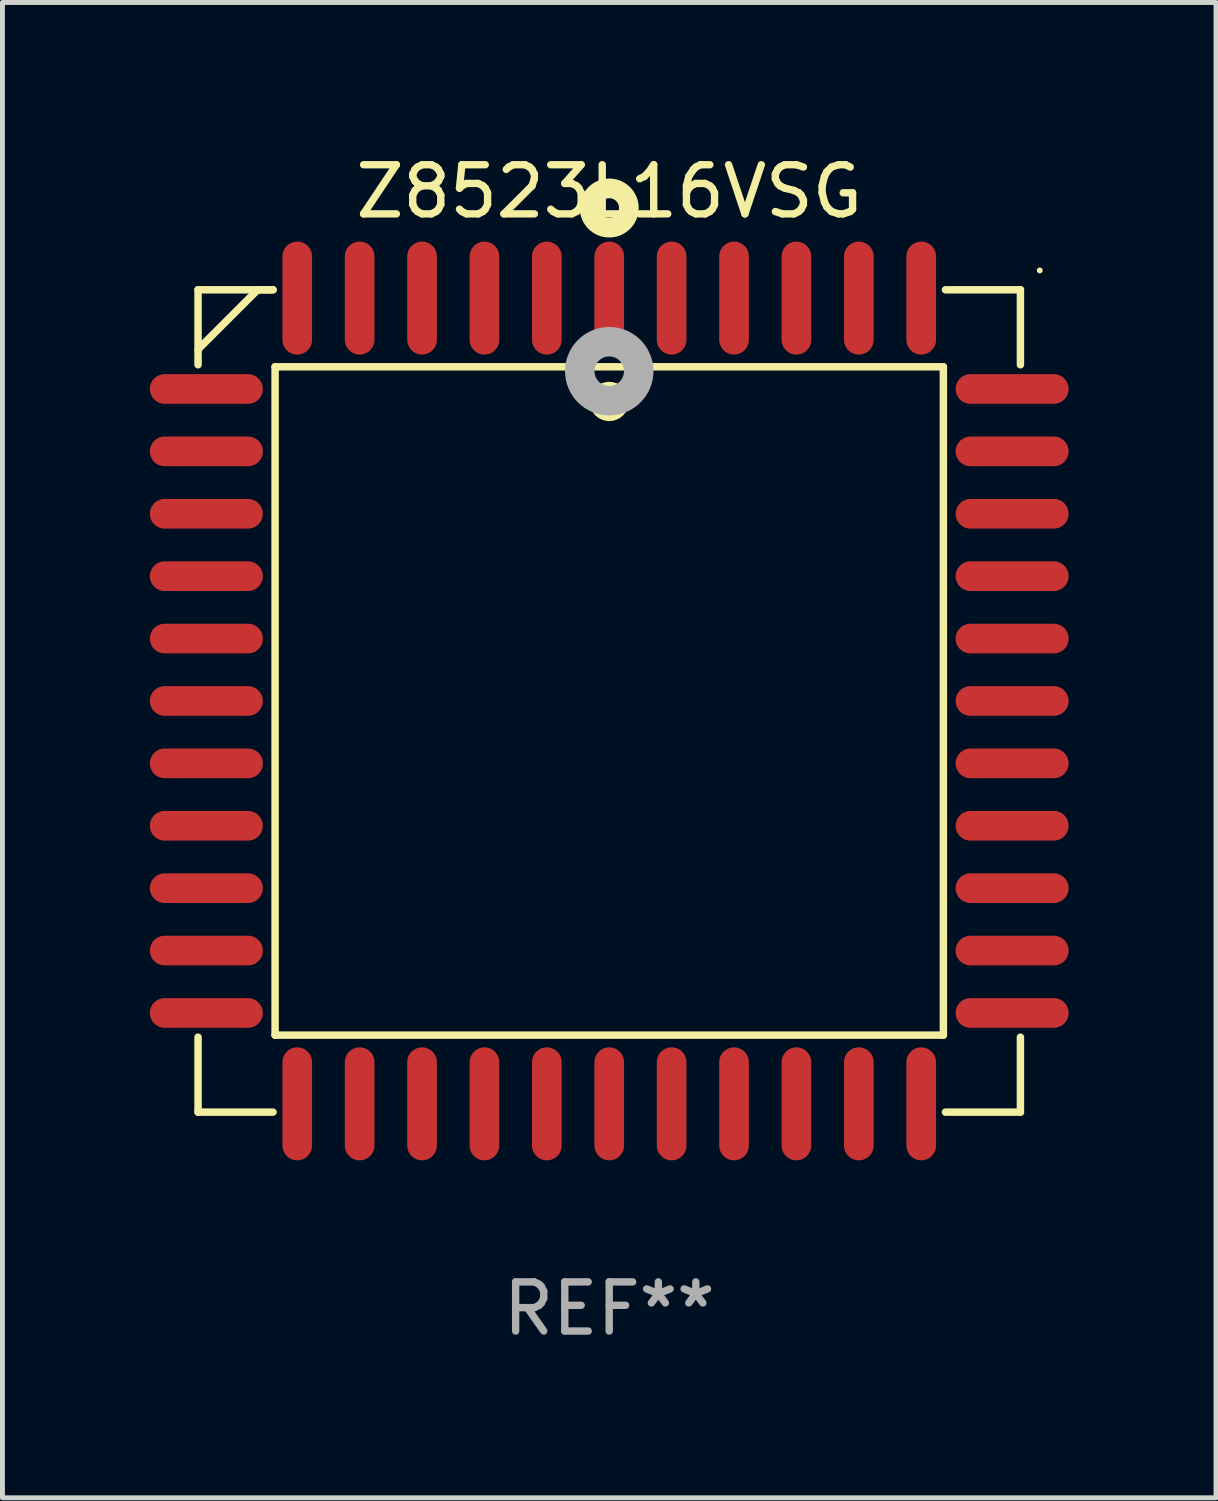
<source format=kicad_pcb>
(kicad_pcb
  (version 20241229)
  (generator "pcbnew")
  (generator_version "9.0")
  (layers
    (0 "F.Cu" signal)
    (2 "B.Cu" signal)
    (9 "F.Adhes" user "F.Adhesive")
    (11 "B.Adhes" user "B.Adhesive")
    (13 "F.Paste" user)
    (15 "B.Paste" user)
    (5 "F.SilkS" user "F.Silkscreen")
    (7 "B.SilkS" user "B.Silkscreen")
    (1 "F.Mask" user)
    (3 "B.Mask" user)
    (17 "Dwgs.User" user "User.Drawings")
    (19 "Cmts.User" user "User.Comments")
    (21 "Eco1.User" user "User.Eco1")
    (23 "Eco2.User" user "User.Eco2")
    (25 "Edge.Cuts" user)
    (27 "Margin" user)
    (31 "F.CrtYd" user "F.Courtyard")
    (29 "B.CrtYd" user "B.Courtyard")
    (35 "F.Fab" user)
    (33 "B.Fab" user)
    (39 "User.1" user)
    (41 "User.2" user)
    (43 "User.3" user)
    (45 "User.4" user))
  (footprint "Z8523L16VSG"
    (layer "F.Cu")
    (at 9.35 11.217)
    (property "Reference" "Z8523L16VSG" (at 0 -10.369 0) (layer "F.SilkS") (effects (font (size 1 1) (thickness 0.15))))
    (attr through_hole)
    (fp_line (start -8.369 -8.369) (end -8.369 -6.843) (stroke (width 0.152) (type solid)) (layer "F.SilkS"))
    (fp_line (start -8.369 8.369) (end -8.369 6.843) (stroke (width 0.152) (type solid)) (layer "F.SilkS"))
    (fp_line (start -7.156 -8.369) (end -8.369 -7.156) (stroke (width 0.152) (type solid)) (layer "F.SilkS"))
    (fp_line (start -6.843 -8.369) (end -8.369 -8.369) (stroke (width 0.152) (type solid)) (layer "F.SilkS"))
    (fp_line (start -6.843 -8.369) (end -7.156 -8.369) (stroke (width 0.152) (type solid)) (layer "F.SilkS"))
    (fp_line (start -6.843 8.369) (end -8.369 8.369) (stroke (width 0.152) (type solid)) (layer "F.SilkS"))
    (fp_line (start -6.801 -6.801) (end 6.801 -6.801) (stroke (width 0.152) (type solid)) (layer "F.SilkS"))
    (fp_line (start -6.801 6.801) (end -6.801 -6.801) (stroke (width 0.152) (type solid)) (layer "F.SilkS"))
    (fp_line (start 6.801 -6.801) (end 6.801 6.801) (stroke (width 0.152) (type solid)) (layer "F.SilkS"))
    (fp_line (start 6.801 6.801) (end -6.801 6.801) (stroke (width 0.152) (type solid)) (layer "F.SilkS"))
    (fp_line (start 6.843 -8.369) (end 8.369 -8.369) (stroke (width 0.152) (type solid)) (layer "F.SilkS"))
    (fp_line (start 6.843 8.369) (end 8.369 8.369) (stroke (width 0.152) (type solid)) (layer "F.SilkS"))
    (fp_line (start 8.369 -8.369) (end 8.369 -6.843) (stroke (width 0.152) (type solid)) (layer "F.SilkS"))
    (fp_line (start 8.369 8.369) (end 8.369 6.843) (stroke (width 0.152) (type solid)) (layer "F.SilkS"))
    (fp_circle (center -0.000013 -6.096) (end 0.2 -6.096) (stroke (width 0.4) (type solid)) (fill no) (layer "F.SilkS"))
    (fp_circle (center 0.000114 -10.033) (end 0.2 -10.033) (stroke (width 0.4) (type solid)) (fill no) (layer "F.SilkS"))
    (fp_circle (center 8.763 -8.763) (end 8.793 -8.763) (stroke (width 0.06) (type solid)) (fill no) (layer "F.SilkS"))
    (fp_circle (center 0.000114 -6.712) (end 0.3 -6.712) (stroke (width 0.6) (type solid)) (fill no) (layer "F.Fab"))
    (fp_text user "REF**" (at 0 12.369 0) (layer "F.Fab") (effects (font (size 1 1) (thickness 0.15))))
    (pad "1" smd oval (at 0.000114 -8.2) (size 0.604 2.3) (layers "F.Cu" "F.Mask" "F.Paste"))
    (pad "2" smd oval (at -1.27 -8.2) (size 0.604 2.3) (layers "F.Cu" "F.Mask" "F.Paste"))
    (pad "3" smd oval (at -2.54 -8.2) (size 0.604 2.3) (layers "F.Cu" "F.Mask" "F.Paste"))
    (pad "4" smd oval (at -3.81 -8.2) (size 0.604 2.3) (layers "F.Cu" "F.Mask" "F.Paste"))
    (pad "5" smd oval (at -5.08 -8.2) (size 0.604 2.3) (layers "F.Cu" "F.Mask" "F.Paste"))
    (pad "6" smd oval (at -6.35 -8.2) (size 0.604 2.3) (layers "F.Cu" "F.Mask" "F.Paste"))
    (pad "7" smd oval (at -8.2 -6.35) (size 2.3 0.604) (layers "F.Cu" "F.Mask" "F.Paste"))
    (pad "8" smd oval (at -8.2 -5.08) (size 2.3 0.604) (layers "F.Cu" "F.Mask" "F.Paste"))
    (pad "9" smd oval (at -8.2 -3.81) (size 2.3 0.604) (layers "F.Cu" "F.Mask" "F.Paste"))
    (pad "10" smd oval (at -8.2 -2.54) (size 2.3 0.604) (layers "F.Cu" "F.Mask" "F.Paste"))
    (pad "11" smd oval (at -8.2 -1.27) (size 2.3 0.604) (layers "F.Cu" "F.Mask" "F.Paste"))
    (pad "12" smd oval (at -8.2 0.000127) (size 2.3 0.604) (layers "F.Cu" "F.Mask" "F.Paste"))
    (pad "13" smd oval (at -8.2 1.27) (size 2.3 0.604) (layers "F.Cu" "F.Mask" "F.Paste"))
    (pad "14" smd oval (at -8.2 2.54) (size 2.3 0.604) (layers "F.Cu" "F.Mask" "F.Paste"))
    (pad "15" smd oval (at -8.2 3.81) (size 2.3 0.604) (layers "F.Cu" "F.Mask" "F.Paste"))
    (pad "16" smd oval (at -8.2 5.08) (size 2.3 0.604) (layers "F.Cu" "F.Mask" "F.Paste"))
    (pad "17" smd oval (at -8.2 6.35) (size 2.3 0.604) (layers "F.Cu" "F.Mask" "F.Paste"))
    (pad "18" smd oval (at -6.35 8.2) (size 0.604 2.3) (layers "F.Cu" "F.Mask" "F.Paste"))
    (pad "19" smd oval (at -5.08 8.2) (size 0.604 2.3) (layers "F.Cu" "F.Mask" "F.Paste"))
    (pad "20" smd oval (at -3.81 8.2) (size 0.604 2.3) (layers "F.Cu" "F.Mask" "F.Paste"))
    (pad "21" smd oval (at -2.54 8.2) (size 0.604 2.3) (layers "F.Cu" "F.Mask" "F.Paste"))
    (pad "22" smd oval (at -1.27 8.2) (size 0.604 2.3) (layers "F.Cu" "F.Mask" "F.Paste"))
    (pad "23" smd oval (at 0.000114 8.2) (size 0.604 2.3) (layers "F.Cu" "F.Mask" "F.Paste"))
    (pad "24" smd oval (at 1.27 8.2) (size 0.604 2.3) (layers "F.Cu" "F.Mask" "F.Paste"))
    (pad "25" smd oval (at 2.54 8.2) (size 0.604 2.3) (layers "F.Cu" "F.Mask" "F.Paste"))
    (pad "26" smd oval (at 3.81 8.2) (size 0.604 2.3) (layers "F.Cu" "F.Mask" "F.Paste"))
    (pad "27" smd oval (at 5.08 8.2) (size 0.604 2.3) (layers "F.Cu" "F.Mask" "F.Paste"))
    (pad "28" smd oval (at 6.35 8.2) (size 0.604 2.3) (layers "F.Cu" "F.Mask" "F.Paste"))
    (pad "29" smd oval (at 8.2 6.35) (size 2.3 0.604) (layers "F.Cu" "F.Mask" "F.Paste"))
    (pad "30" smd oval (at 8.2 5.08) (size 2.3 0.604) (layers "F.Cu" "F.Mask" "F.Paste"))
    (pad "31" smd oval (at 8.2 3.81) (size 2.3 0.604) (layers "F.Cu" "F.Mask" "F.Paste"))
    (pad "32" smd oval (at 8.2 2.54) (size 2.3 0.604) (layers "F.Cu" "F.Mask" "F.Paste"))
    (pad "33" smd oval (at 8.2 1.27) (size 2.3 0.604) (layers "F.Cu" "F.Mask" "F.Paste"))
    (pad "34" smd oval (at 8.2 0.000127) (size 2.3 0.604) (layers "F.Cu" "F.Mask" "F.Paste"))
    (pad "35" smd oval (at 8.2 -1.27) (size 2.3 0.604) (layers "F.Cu" "F.Mask" "F.Paste"))
    (pad "36" smd oval (at 8.2 -2.54) (size 2.3 0.604) (layers "F.Cu" "F.Mask" "F.Paste"))
    (pad "37" smd oval (at 8.2 -3.81) (size 2.3 0.604) (layers "F.Cu" "F.Mask" "F.Paste"))
    (pad "38" smd oval (at 8.2 -5.08) (size 2.3 0.604) (layers "F.Cu" "F.Mask" "F.Paste"))
    (pad "39" smd oval (at 8.2 -6.35) (size 2.3 0.604) (layers "F.Cu" "F.Mask" "F.Paste"))
    (pad "40" smd oval (at 6.35 -8.2) (size 0.604 2.3) (layers "F.Cu" "F.Mask" "F.Paste"))
    (pad "41" smd oval (at 5.08 -8.2) (size 0.604 2.3) (layers "F.Cu" "F.Mask" "F.Paste"))
    (pad "42" smd oval (at 3.81 -8.2) (size 0.604 2.3) (layers "F.Cu" "F.Mask" "F.Paste"))
    (pad "43" smd oval (at 2.54 -8.2) (size 0.604 2.3) (layers "F.Cu" "F.Mask" "F.Paste"))
    (pad "44" smd oval (at 1.27 -8.2) (size 0.604 2.3) (layers "F.Cu" "F.Mask" "F.Paste")))
  (gr_rect
    (start -3 -3)
    (end 21.7 27.435)
    (stroke (width 0.1) (type default))
    (fill no)
    (layer "Edge.Cuts")))
</source>
